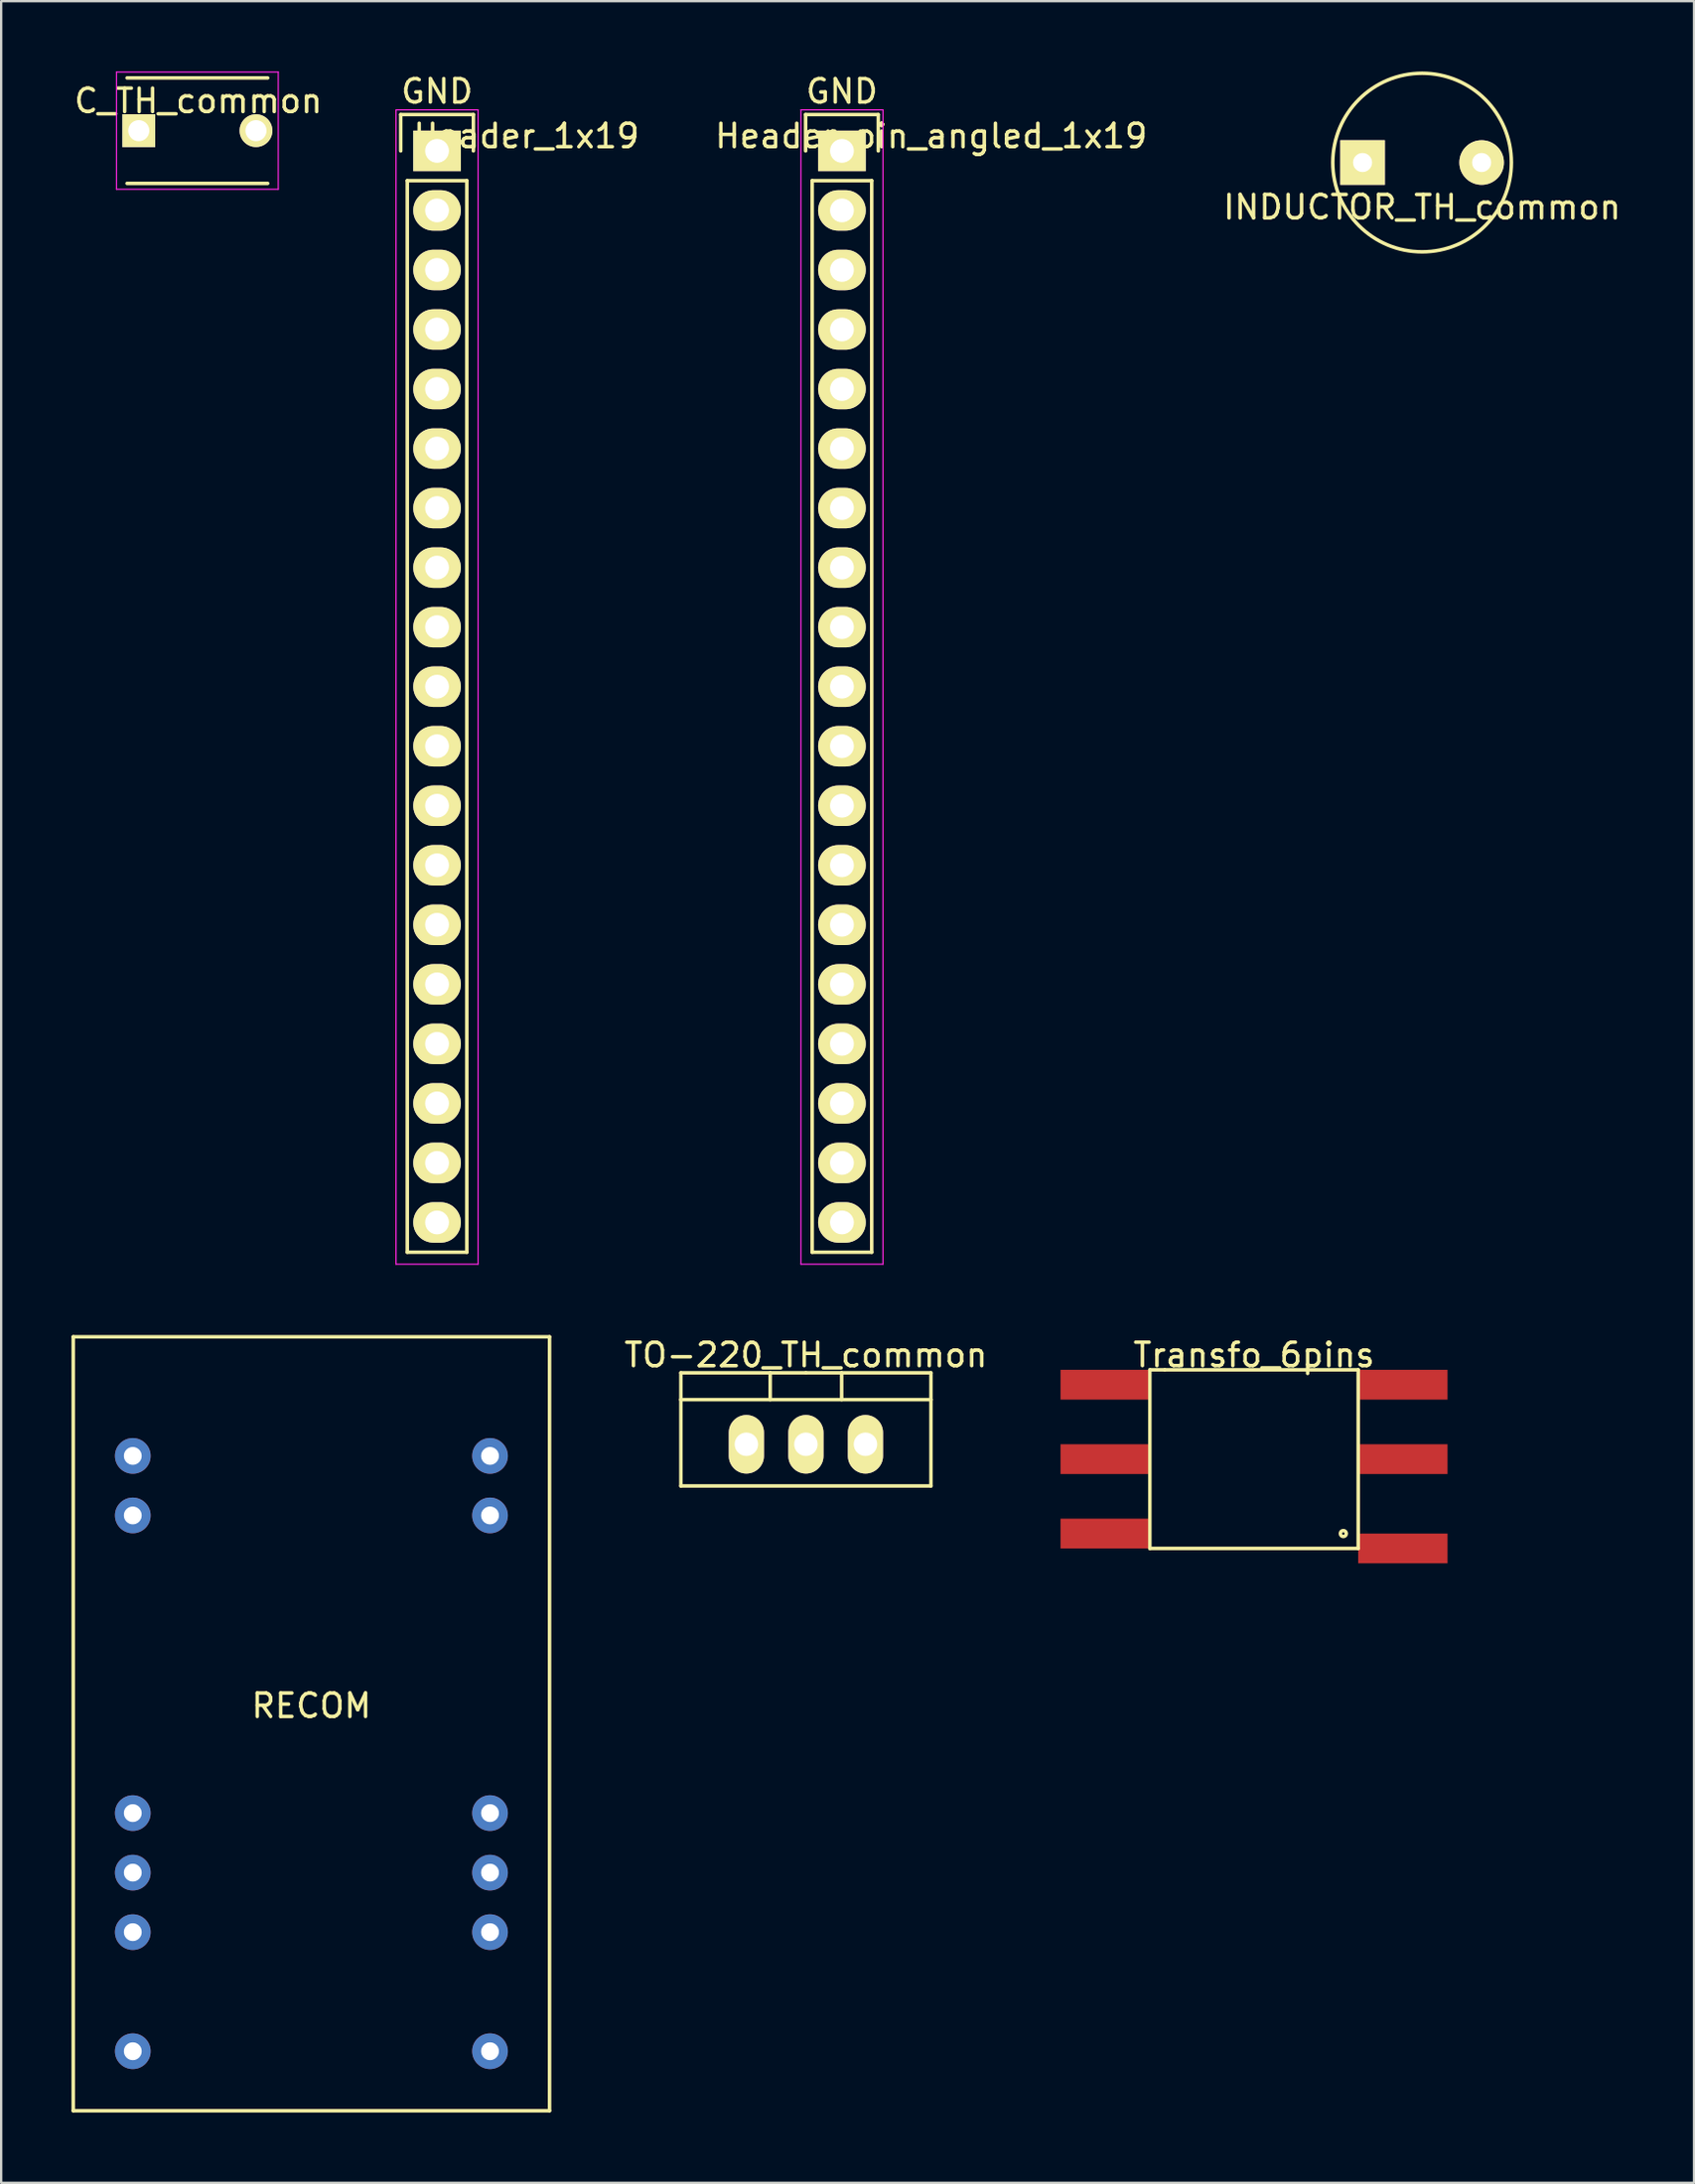
<source format=kicad_pcb>
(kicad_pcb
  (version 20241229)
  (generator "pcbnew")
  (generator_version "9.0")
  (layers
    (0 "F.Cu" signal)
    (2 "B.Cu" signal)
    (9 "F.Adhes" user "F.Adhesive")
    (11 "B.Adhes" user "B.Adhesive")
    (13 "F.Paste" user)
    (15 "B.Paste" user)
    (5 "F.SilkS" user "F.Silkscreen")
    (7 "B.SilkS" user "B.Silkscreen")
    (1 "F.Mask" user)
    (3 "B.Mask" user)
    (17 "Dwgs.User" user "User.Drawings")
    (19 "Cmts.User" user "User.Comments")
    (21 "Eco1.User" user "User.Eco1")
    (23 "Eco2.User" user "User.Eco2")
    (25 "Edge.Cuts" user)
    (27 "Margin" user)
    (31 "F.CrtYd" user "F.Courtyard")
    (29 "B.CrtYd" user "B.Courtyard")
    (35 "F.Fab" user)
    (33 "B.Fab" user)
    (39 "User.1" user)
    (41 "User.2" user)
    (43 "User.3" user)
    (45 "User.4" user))
  (footprint "INDUCTOR_TH_common"
    (layer "F.Cu")
    (at 57.621 3.885)
    (property "Reference" "INDUCTOR_TH_common" (at 0 1.905 0) (layer "F.SilkS") (effects (font (size 1 1) (thickness 0.15))))
    (attr through_hole)
    (fp_circle (center 0 0) (end 3.81 0) (stroke (width 0.15) (type solid)) (fill no) (layer "F.SilkS"))
    (pad "1" thru_hole rect (at -2.54 0) (size 1.905 1.905) (drill 0.813) (layers "*.Cu" "*.Mask" "F.SilkS"))
    (pad "2" thru_hole circle (at 2.54 0) (size 1.905 1.905) (drill 0.813) (layers "*.Cu" "*.Mask" "F.SilkS")))
  (footprint "RECOM"
    (layer "F.Cu")
    (at 10.235 69.228)
    (property "Reference" "RECOM" (at 0 0.5 0) (layer "F.SilkS") (effects (font (size 1 1) (thickness 0.15))))
    (attr through_hole)
    (fp_line (start -10.16 -15.24) (end 10.16 -15.24) (stroke (width 0.15) (type solid)) (layer "F.SilkS"))
    (fp_line (start -10.16 17.78) (end -10.16 -15.24) (stroke (width 0.15) (type solid)) (layer "F.SilkS"))
    (fp_line (start 10.16 -15.24) (end 10.16 17.78) (stroke (width 0.15) (type solid)) (layer "F.SilkS"))
    (fp_line (start 10.16 17.78) (end -10.16 17.78) (stroke (width 0.15) (type solid)) (layer "F.SilkS"))
    (pad "2" thru_hole circle (at -7.62 -10.16) (size 1.524 1.524) (drill 0.762) (layers "*.Cu" "*.Mask"))
    (pad "3" thru_hole circle (at -7.62 -7.62) (size 1.524 1.524) (drill 0.762) (layers "*.Cu" "*.Mask"))
    (pad "8" thru_hole circle (at -7.62 5.08) (size 1.524 1.524) (drill 0.762) (layers "*.Cu" "*.Mask"))
    (pad "9" thru_hole circle (at -7.62 7.62) (size 1.524 1.524) (drill 0.762) (layers "*.Cu" "*.Mask"))
    (pad "10" thru_hole circle (at -7.62 10.16) (size 1.524 1.524) (drill 0.762) (layers "*.Cu" "*.Mask"))
    (pad "12" thru_hole circle (at -7.62 15.24) (size 1.524 1.524) (drill 0.762) (layers "*.Cu" "*.Mask"))
    (pad "13" thru_hole circle (at 7.62 15.24) (size 1.524 1.524) (drill 0.762) (layers "*.Cu" "*.Mask"))
    (pad "15" thru_hole circle (at 7.62 10.16) (size 1.524 1.524) (drill 0.762) (layers "*.Cu" "*.Mask"))
    (pad "16" thru_hole circle (at 7.62 7.62) (size 1.524 1.524) (drill 0.762) (layers "*.Cu" "*.Mask"))
    (pad "17" thru_hole circle (at 7.62 5.08) (size 1.524 1.524) (drill 0.762) (layers "*.Cu" "*.Mask"))
    (pad "22" thru_hole circle (at 7.62 -7.62) (size 1.524 1.524) (drill 0.762) (layers "*.Cu" "*.Mask"))
    (pad "23" thru_hole circle (at 7.62 -10.16) (size 1.524 1.524) (drill 0.762) (layers "*.Cu" "*.Mask")))
  (footprint "Header_pin_angled_1x19"
    (layer "F.Cu")
    (at 32.87 26.248)
    (property "Reference" "Header_pin_angled_1x19" (at 3.81 -23.495 0) (layer "F.SilkS") (effects (font (size 1 1) (thickness 0.15))))
    (attr through_hole)
    (fp_line (start -1.55 -24.41) (end -1.55 -22.86) (stroke (width 0.15) (type solid)) (layer "F.SilkS"))
    (fp_line (start -1.27 -21.59) (end -1.27 24.13) (stroke (width 0.15) (type solid)) (layer "F.SilkS"))
    (fp_line (start -1.27 -21.59) (end 1.27 -21.59) (stroke (width 0.15) (type solid)) (layer "F.SilkS"))
    (fp_line (start -1.27 24.13) (end 1.27 24.13) (stroke (width 0.15) (type solid)) (layer "F.SilkS"))
    (fp_line (start 1.27 24.13) (end 1.27 -21.59) (stroke (width 0.15) (type solid)) (layer "F.SilkS"))
    (fp_line (start 1.55 -24.41) (end -1.55 -24.41) (stroke (width 0.15) (type solid)) (layer "F.SilkS"))
    (fp_line (start 1.55 -22.86) (end 1.55 -24.41) (stroke (width 0.15) (type solid)) (layer "F.SilkS"))
    (fp_line (start -1.75 -24.61) (end -1.75 24.64) (stroke (width 0.05) (type solid)) (layer "F.CrtYd"))
    (fp_line (start 1.75 -24.61) (end -1.75 -24.61) (stroke (width 0.05) (type solid)) (layer "F.CrtYd"))
    (fp_line (start 1.75 -24.61) (end 1.75 24.64) (stroke (width 0.05) (type solid)) (layer "F.CrtYd"))
    (fp_line (start 1.75 24.64) (end -1.75 24.64) (stroke (width 0.05) (type solid)) (layer "F.CrtYd"))
    (fp_text user "GND" (at 0 -25.4 0) (layer "F.SilkS") (effects (font (size 1 1) (thickness 0.15))))
    (pad "1" thru_hole rect (at 0 -22.86 270) (size 1.727 2.032) (drill 1.016) (layers "*.Cu" "*.Mask" "F.SilkS"))
    (pad "2" thru_hole oval (at 0 -20.32 270) (size 1.727 2.032) (drill 1.016) (layers "*.Cu" "*.Mask" "F.SilkS"))
    (pad "3" thru_hole oval (at 0 -17.78 270) (size 1.727 2.032) (drill 1.016) (layers "*.Cu" "*.Mask" "F.SilkS"))
    (pad "4" thru_hole oval (at 0 -15.24 270) (size 1.727 2.032) (drill 1.016) (layers "*.Cu" "*.Mask" "F.SilkS"))
    (pad "5" thru_hole oval (at 0 -12.7 270) (size 1.727 2.032) (drill 1.016) (layers "*.Cu" "*.Mask" "F.SilkS"))
    (pad "6" thru_hole oval (at 0 -10.16 270) (size 1.727 2.032) (drill 1.016) (layers "*.Cu" "*.Mask" "F.SilkS"))
    (pad "7" thru_hole oval (at 0 -7.62 270) (size 1.727 2.032) (drill 1.016) (layers "*.Cu" "*.Mask" "F.SilkS"))
    (pad "8" thru_hole oval (at 0 -5.08 270) (size 1.727 2.032) (drill 1.016) (layers "*.Cu" "*.Mask" "F.SilkS"))
    (pad "9" thru_hole oval (at 0 -2.54 270) (size 1.727 2.032) (drill 1.016) (layers "*.Cu" "*.Mask" "F.SilkS"))
    (pad "10" thru_hole oval (at 0 0 270) (size 1.727 2.032) (drill 1.016) (layers "*.Cu" "*.Mask" "F.SilkS"))
    (pad "11" thru_hole oval (at 0 2.54 270) (size 1.727 2.032) (drill 1.016) (layers "*.Cu" "*.Mask" "F.SilkS"))
    (pad "12" thru_hole oval (at 0 5.08 270) (size 1.727 2.032) (drill 1.016) (layers "*.Cu" "*.Mask" "F.SilkS"))
    (pad "13" thru_hole oval (at 0 7.62 270) (size 1.727 2.032) (drill 1.016) (layers "*.Cu" "*.Mask" "F.SilkS"))
    (pad "14" thru_hole oval (at 0 10.16 270) (size 1.727 2.032) (drill 1.016) (layers "*.Cu" "*.Mask" "F.SilkS"))
    (pad "15" thru_hole oval (at 0 12.7 270) (size 1.727 2.032) (drill 1.016) (layers "*.Cu" "*.Mask" "F.SilkS"))
    (pad "16" thru_hole oval (at 0 15.24 270) (size 1.727 2.032) (drill 1.016) (layers "*.Cu" "*.Mask" "F.SilkS"))
    (pad "17" thru_hole oval (at 0 17.78 270) (size 1.727 2.032) (drill 1.016) (layers "*.Cu" "*.Mask" "F.SilkS"))
    (pad "18" thru_hole oval (at 0 20.32 270) (size 1.727 2.032) (drill 1.016) (layers "*.Cu" "*.Mask" "F.SilkS"))
    (pad "19" thru_hole oval (at 0 22.86 270) (size 1.727 2.032) (drill 1.016) (layers "*.Cu" "*.Mask" "F.SilkS")))
  (footprint "Transfo_6pins"
    (layer "F.Cu")
    (at 50.451 59.206)
    (property "Reference" "Transfo_6pins" (at 0 -4.445 0) (layer "F.SilkS") (effects (font (size 1 1) (thickness 0.15))))
    (attr through_hole)
    (fp_line (start -4.445 -3.81) (end 4.445 -3.81) (stroke (width 0.15) (type solid)) (layer "F.SilkS"))
    (fp_line (start -4.445 3.81) (end -4.445 -3.81) (stroke (width 0.15) (type solid)) (layer "F.SilkS"))
    (fp_line (start -3.81 -3.81) (end -3.81 -3.81) (stroke (width 0.15) (type solid)) (layer "F.SilkS"))
    (fp_line (start 4.445 -3.81) (end 4.445 3.81) (stroke (width 0.15) (type solid)) (layer "F.SilkS"))
    (fp_line (start 4.445 3.81) (end -4.445 3.81) (stroke (width 0.15) (type solid)) (layer "F.SilkS"))
    (fp_circle (center 3.81 3.175) (end 3.81 3.048) (stroke (width 0.15) (type solid)) (fill no) (layer "F.SilkS"))
    (pad "1" smd rect (at -6.35 3.175) (size 3.81 1.27) (layers "F.Cu" "F.Mask" "F.Paste"))
    (pad "2" smd rect (at -6.35 0) (size 3.81 1.27) (layers "F.Cu" "F.Mask" "F.Paste"))
    (pad "3" smd rect (at -6.35 -3.175) (size 3.81 1.27) (layers "F.Cu" "F.Mask" "F.Paste"))
    (pad "4" smd rect (at 6.35 -3.175) (size 3.81 1.27) (layers "F.Cu" "F.Mask" "F.Paste"))
    (pad "5" smd rect (at 6.35 0) (size 3.81 1.27) (layers "F.Cu" "F.Mask" "F.Paste"))
    (pad "6" smd rect (at 6.35 3.81) (size 3.81 1.27) (layers "F.Cu" "F.Mask" "F.Paste")))
  (footprint "Header_1x19"
    (layer "F.Cu")
    (at 15.596 26.248)
    (property "Reference" "Header_1x19" (at 3.81 -23.495 0) (layer "F.SilkS") (effects (font (size 1 1) (thickness 0.15))))
    (attr through_hole)
    (fp_line (start -1.55 -24.41) (end -1.55 -22.86) (stroke (width 0.15) (type solid)) (layer "F.SilkS"))
    (fp_line (start -1.27 -21.59) (end -1.27 24.13) (stroke (width 0.15) (type solid)) (layer "F.SilkS"))
    (fp_line (start -1.27 -21.59) (end 1.27 -21.59) (stroke (width 0.15) (type solid)) (layer "F.SilkS"))
    (fp_line (start -1.27 24.13) (end 1.27 24.13) (stroke (width 0.15) (type solid)) (layer "F.SilkS"))
    (fp_line (start 1.27 24.13) (end 1.27 -21.59) (stroke (width 0.15) (type solid)) (layer "F.SilkS"))
    (fp_line (start 1.55 -24.41) (end -1.55 -24.41) (stroke (width 0.15) (type solid)) (layer "F.SilkS"))
    (fp_line (start 1.55 -22.86) (end 1.55 -24.41) (stroke (width 0.15) (type solid)) (layer "F.SilkS"))
    (fp_line (start -1.75 -24.61) (end -1.75 24.64) (stroke (width 0.05) (type solid)) (layer "F.CrtYd"))
    (fp_line (start 1.75 -24.61) (end -1.75 -24.61) (stroke (width 0.05) (type solid)) (layer "F.CrtYd"))
    (fp_line (start 1.75 -24.61) (end 1.75 24.64) (stroke (width 0.05) (type solid)) (layer "F.CrtYd"))
    (fp_line (start 1.75 24.64) (end -1.75 24.64) (stroke (width 0.05) (type solid)) (layer "F.CrtYd"))
    (fp_text user "GND" (at 0 -25.4 0) (layer "F.SilkS") (effects (font (size 1 1) (thickness 0.15))))
    (pad "1" thru_hole rect (at 0 -22.86 270) (size 1.727 2.032) (drill 1.016) (layers "*.Cu" "*.Mask" "F.SilkS"))
    (pad "2" thru_hole oval (at 0 -20.32 270) (size 1.727 2.032) (drill 1.016) (layers "*.Cu" "*.Mask" "F.SilkS"))
    (pad "3" thru_hole oval (at 0 -17.78 270) (size 1.727 2.032) (drill 1.016) (layers "*.Cu" "*.Mask" "F.SilkS"))
    (pad "4" thru_hole oval (at 0 -15.24 270) (size 1.727 2.032) (drill 1.016) (layers "*.Cu" "*.Mask" "F.SilkS"))
    (pad "5" thru_hole oval (at 0 -12.7 270) (size 1.727 2.032) (drill 1.016) (layers "*.Cu" "*.Mask" "F.SilkS"))
    (pad "6" thru_hole oval (at 0 -10.16 270) (size 1.727 2.032) (drill 1.016) (layers "*.Cu" "*.Mask" "F.SilkS"))
    (pad "7" thru_hole oval (at 0 -7.62 270) (size 1.727 2.032) (drill 1.016) (layers "*.Cu" "*.Mask" "F.SilkS"))
    (pad "8" thru_hole oval (at 0 -5.08 270) (size 1.727 2.032) (drill 1.016) (layers "*.Cu" "*.Mask" "F.SilkS"))
    (pad "9" thru_hole oval (at 0 -2.54 270) (size 1.727 2.032) (drill 1.016) (layers "*.Cu" "*.Mask" "F.SilkS"))
    (pad "10" thru_hole oval (at 0 0 270) (size 1.727 2.032) (drill 1.016) (layers "*.Cu" "*.Mask" "F.SilkS"))
    (pad "11" thru_hole oval (at 0 2.54 270) (size 1.727 2.032) (drill 1.016) (layers "*.Cu" "*.Mask" "F.SilkS"))
    (pad "12" thru_hole oval (at 0 5.08 270) (size 1.727 2.032) (drill 1.016) (layers "*.Cu" "*.Mask" "F.SilkS"))
    (pad "13" thru_hole oval (at 0 7.62 270) (size 1.727 2.032) (drill 1.016) (layers "*.Cu" "*.Mask" "F.SilkS"))
    (pad "14" thru_hole oval (at 0 10.16 270) (size 1.727 2.032) (drill 1.016) (layers "*.Cu" "*.Mask" "F.SilkS"))
    (pad "15" thru_hole oval (at 0 12.7 270) (size 1.727 2.032) (drill 1.016) (layers "*.Cu" "*.Mask" "F.SilkS"))
    (pad "16" thru_hole oval (at 0 15.24 270) (size 1.727 2.032) (drill 1.016) (layers "*.Cu" "*.Mask" "F.SilkS"))
    (pad "17" thru_hole oval (at 0 17.78 270) (size 1.727 2.032) (drill 1.016) (layers "*.Cu" "*.Mask" "F.SilkS"))
    (pad "18" thru_hole oval (at 0 20.32 270) (size 1.727 2.032) (drill 1.016) (layers "*.Cu" "*.Mask" "F.SilkS"))
    (pad "19" thru_hole oval (at 0 22.86 270) (size 1.727 2.032) (drill 1.016) (layers "*.Cu" "*.Mask" "F.SilkS")))
  (footprint "TO-220_TH_common"
    (layer "F.Cu")
    (at 31.333 58.572)
    (property "Reference" "TO-220_TH_common" (at 0 -3.81 0) (layer "F.SilkS") (effects (font (size 1 1) (thickness 0.15))))
    (attr through_hole)
    (fp_line (start -5.334 -1.905) (end -5.334 -3.048) (stroke (width 0.15) (type solid)) (layer "F.SilkS"))
    (fp_line (start -5.334 1.778) (end -5.334 -1.905) (stroke (width 0.15) (type solid)) (layer "F.SilkS"))
    (fp_line (start -1.524 -3.048) (end -1.524 -1.905) (stroke (width 0.15) (type solid)) (layer "F.SilkS"))
    (fp_line (start 0 -3.048) (end -5.334 -3.048) (stroke (width 0.15) (type solid)) (layer "F.SilkS"))
    (fp_line (start 0 -3.048) (end 5.334 -3.048) (stroke (width 0.15) (type solid)) (layer "F.SilkS"))
    (fp_line (start 1.524 -3.048) (end 1.524 -1.905) (stroke (width 0.15) (type solid)) (layer "F.SilkS"))
    (fp_line (start 5.334 -3.048) (end 5.334 -1.905) (stroke (width 0.15) (type solid)) (layer "F.SilkS"))
    (fp_line (start 5.334 -1.905) (end -5.334 -1.905) (stroke (width 0.15) (type solid)) (layer "F.SilkS"))
    (fp_line (start 5.334 -1.905) (end 5.334 1.778) (stroke (width 0.15) (type solid)) (layer "F.SilkS"))
    (fp_line (start 5.334 1.778) (end -5.334 1.778) (stroke (width 0.15) (type solid)) (layer "F.SilkS"))
    (pad "1" thru_hole oval (at -2.54 0 90) (size 2.499 1.501) (drill 1.001) (layers "*.Cu" "*.Mask" "F.SilkS"))
    (pad "2" thru_hole oval (at 0 0 90) (size 2.499 1.501) (drill 1.001) (layers "*.Cu" "*.Mask" "F.SilkS"))
    (pad "3" thru_hole oval (at 2.54 0 90) (size 2.499 1.501) (drill 1.001) (layers "*.Cu" "*.Mask" "F.SilkS")))
  (footprint "C_TH_common"
    (layer "F.Cu")
    (at 2.871 2.525)
    (property "Reference" "C_TH_common" (at 2.54 -1.27 0) (layer "F.SilkS") (effects (font (size 1 1) (thickness 0.15))))
    (attr through_hole)
    (fp_line (start -0.5 -2.25) (end 5.5 -2.25) (stroke (width 0.15) (type solid)) (layer "F.SilkS"))
    (fp_line (start 5.5 2.25) (end -0.5 2.25) (stroke (width 0.15) (type solid)) (layer "F.SilkS"))
    (fp_line (start -0.95 -2.5) (end 5.95 -2.5) (stroke (width 0.05) (type solid)) (layer "F.CrtYd"))
    (fp_line (start -0.95 2.5) (end -0.95 -2.5) (stroke (width 0.05) (type solid)) (layer "F.CrtYd"))
    (fp_line (start 5.95 -2.5) (end 5.95 2.5) (stroke (width 0.05) (type solid)) (layer "F.CrtYd"))
    (fp_line (start 5.95 2.5) (end -0.95 2.5) (stroke (width 0.05) (type solid)) (layer "F.CrtYd"))
    (pad "1" thru_hole rect (at 0 0) (size 1.4 1.4) (drill 0.9) (layers "*.Cu" "*.Mask" "F.SilkS"))
    (pad "2" thru_hole circle (at 5 0) (size 1.4 1.4) (drill 0.9) (layers "*.Cu" "*.Mask" "F.SilkS")))
  (gr_rect
    (start -3 -3)
    (end 69.222 90.083)
    (stroke (width 0.1) (type default))
    (fill no)
    (layer "Edge.Cuts")))
</source>
